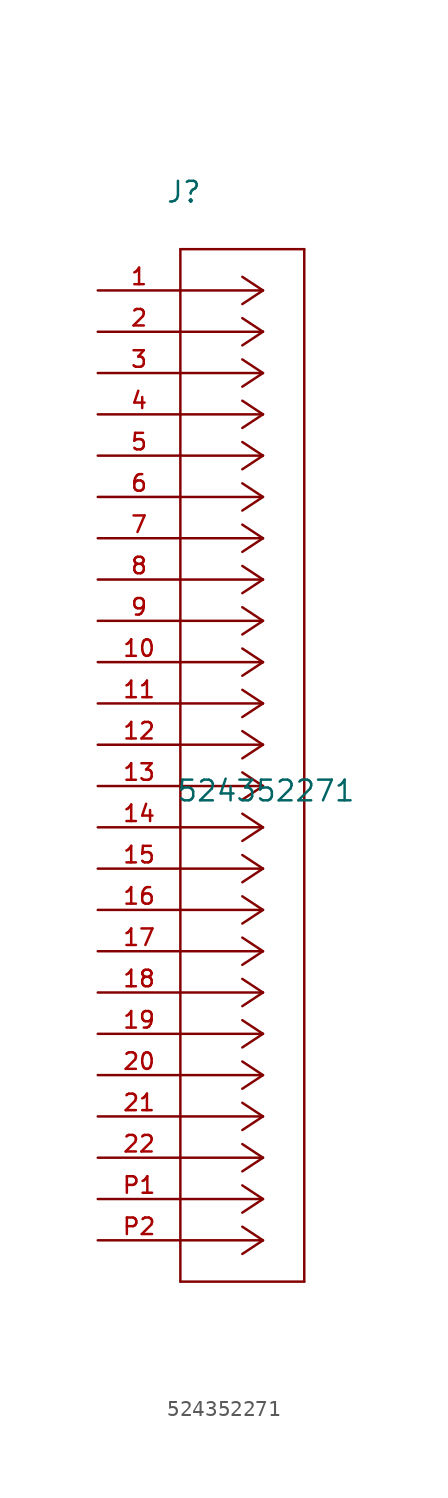
<source format=kicad_sym>
(kicad_symbol_lib
  (version 20211014)
  (generator kicad_symbol_editor)
  (symbol "524352271"
    (pin_names
      (offset 1.016))
    (property "Reference" "J"
      (at 4.166 5.309 0.0)
      (effects (font (size 1.27 1.27)) (justify bottom left)))
    (property "Value" "524352271"
      (at 4.801 -31.521 0.0)
      (effects (font (size 1.27 1.27)) (justify bottom left)))
    (symbol "524352271_0_0"
      (polyline (pts (xy 10.16 0.0) (xy 5.08 0.0)) (stroke (width 0.152)))
      (polyline (pts (xy 10.16 -2.54) (xy 5.08 -2.54)) (stroke (width 0.152)))
      (polyline (pts (xy 10.16 -5.08) (xy 5.08 -5.08)) (stroke (width 0.152)))
      (polyline (pts (xy 10.16 -7.62) (xy 5.08 -7.62)) (stroke (width 0.152)))
      (polyline (pts (xy 10.16 -10.16) (xy 5.08 -10.16)) (stroke (width 0.152)))
      (polyline (pts (xy 10.16 -12.7) (xy 5.08 -12.7)) (stroke (width 0.152)))
      (polyline (pts (xy 10.16 -15.24) (xy 5.08 -15.24)) (stroke (width 0.152)))
      (polyline (pts (xy 10.16 -17.78) (xy 5.08 -17.78)) (stroke (width 0.152)))
      (polyline (pts (xy 10.16 -20.32) (xy 5.08 -20.32)) (stroke (width 0.152)))
      (polyline (pts (xy 10.16 -22.86) (xy 5.08 -22.86)) (stroke (width 0.152)))
      (polyline (pts (xy 10.16 -25.4) (xy 5.08 -25.4)) (stroke (width 0.152)))
      (polyline (pts (xy 10.16 -27.94) (xy 5.08 -27.94)) (stroke (width 0.152)))
      (polyline (pts (xy 10.16 -30.48) (xy 5.08 -30.48)) (stroke (width 0.152)))
      (polyline (pts (xy 10.16 -33.02) (xy 5.08 -33.02)) (stroke (width 0.152)))
      (polyline (pts (xy 10.16 -35.56) (xy 5.08 -35.56)) (stroke (width 0.152)))
      (polyline (pts (xy 10.16 -38.1) (xy 5.08 -38.1)) (stroke (width 0.152)))
      (polyline (pts (xy 10.16 -40.64) (xy 5.08 -40.64)) (stroke (width 0.152)))
      (polyline (pts (xy 10.16 -43.18) (xy 5.08 -43.18)) (stroke (width 0.152)))
      (polyline (pts (xy 10.16 -45.72) (xy 5.08 -45.72)) (stroke (width 0.152)))
      (polyline (pts (xy 10.16 -48.26) (xy 5.08 -48.26)) (stroke (width 0.152)))
      (polyline (pts (xy 10.16 -50.8) (xy 5.08 -50.8)) (stroke (width 0.152)))
      (polyline (pts (xy 10.16 -53.34) (xy 5.08 -53.34)) (stroke (width 0.152)))
      (polyline (pts (xy 10.16 -55.88) (xy 5.08 -55.88)) (stroke (width 0.152)))
      (polyline (pts (xy 10.16 -58.42) (xy 5.08 -58.42)) (stroke (width 0.152)))
      (polyline (pts (xy 10.16 0.0) (xy 8.89 0.838)) (stroke (width 0.152)))
      (polyline (pts (xy 10.16 -2.54) (xy 8.89 -1.702)) (stroke (width 0.152)))
      (polyline (pts (xy 10.16 -5.08) (xy 8.89 -4.242)) (stroke (width 0.152)))
      (polyline (pts (xy 10.16 -7.62) (xy 8.89 -6.782)) (stroke (width 0.152)))
      (polyline (pts (xy 10.16 -10.16) (xy 8.89 -9.322)) (stroke (width 0.152)))
      (polyline (pts (xy 10.16 -12.7) (xy 8.89 -11.862)) (stroke (width 0.152)))
      (polyline (pts (xy 10.16 -15.24) (xy 8.89 -14.402)) (stroke (width 0.152)))
      (polyline (pts (xy 10.16 -17.78) (xy 8.89 -16.942)) (stroke (width 0.152)))
      (polyline (pts (xy 10.16 -20.32) (xy 8.89 -19.482)) (stroke (width 0.152)))
      (polyline (pts (xy 10.16 -22.86) (xy 8.89 -22.022)) (stroke (width 0.152)))
      (polyline (pts (xy 10.16 -25.4) (xy 8.89 -24.562)) (stroke (width 0.152)))
      (polyline (pts (xy 10.16 -27.94) (xy 8.89 -27.102)) (stroke (width 0.152)))
      (polyline (pts (xy 10.16 -30.48) (xy 8.89 -29.642)) (stroke (width 0.152)))
      (polyline (pts (xy 10.16 -33.02) (xy 8.89 -32.182)) (stroke (width 0.152)))
      (polyline (pts (xy 10.16 -35.56) (xy 8.89 -34.722)) (stroke (width 0.152)))
      (polyline (pts (xy 10.16 -38.1) (xy 8.89 -37.262)) (stroke (width 0.152)))
      (polyline (pts (xy 10.16 -40.64) (xy 8.89 -39.802)) (stroke (width 0.152)))
      (polyline (pts (xy 10.16 -43.18) (xy 8.89 -42.342)) (stroke (width 0.152)))
      (polyline (pts (xy 10.16 -45.72) (xy 8.89 -44.882)) (stroke (width 0.152)))
      (polyline (pts (xy 10.16 -48.26) (xy 8.89 -47.422)) (stroke (width 0.152)))
      (polyline (pts (xy 10.16 -50.8) (xy 8.89 -49.962)) (stroke (width 0.152)))
      (polyline (pts (xy 10.16 -53.34) (xy 8.89 -52.502)) (stroke (width 0.152)))
      (polyline (pts (xy 10.16 -55.88) (xy 8.89 -55.042)) (stroke (width 0.152)))
      (polyline (pts (xy 10.16 -58.42) (xy 8.89 -57.582)) (stroke (width 0.152)))
      (polyline (pts (xy 10.16 0.0) (xy 8.89 -0.838)) (stroke (width 0.152)))
      (polyline (pts (xy 10.16 -2.54) (xy 8.89 -3.378)) (stroke (width 0.152)))
      (polyline (pts (xy 10.16 -5.08) (xy 8.89 -5.918)) (stroke (width 0.152)))
      (polyline (pts (xy 10.16 -7.62) (xy 8.89 -8.458)) (stroke (width 0.152)))
      (polyline (pts (xy 10.16 -10.16) (xy 8.89 -10.998)) (stroke (width 0.152)))
      (polyline (pts (xy 10.16 -12.7) (xy 8.89 -13.538)) (stroke (width 0.152)))
      (polyline (pts (xy 10.16 -15.24) (xy 8.89 -16.078)) (stroke (width 0.152)))
      (polyline (pts (xy 10.16 -17.78) (xy 8.89 -18.618)) (stroke (width 0.152)))
      (polyline (pts (xy 10.16 -20.32) (xy 8.89 -21.158)) (stroke (width 0.152)))
      (polyline (pts (xy 10.16 -22.86) (xy 8.89 -23.698)) (stroke (width 0.152)))
      (polyline (pts (xy 10.16 -25.4) (xy 8.89 -26.238)) (stroke (width 0.152)))
      (polyline (pts (xy 10.16 -27.94) (xy 8.89 -28.778)) (stroke (width 0.152)))
      (polyline (pts (xy 10.16 -30.48) (xy 8.89 -31.318)) (stroke (width 0.152)))
      (polyline (pts (xy 10.16 -33.02) (xy 8.89 -33.858)) (stroke (width 0.152)))
      (polyline (pts (xy 10.16 -35.56) (xy 8.89 -36.398)) (stroke (width 0.152)))
      (polyline (pts (xy 10.16 -38.1) (xy 8.89 -38.938)) (stroke (width 0.152)))
      (polyline (pts (xy 10.16 -40.64) (xy 8.89 -41.478)) (stroke (width 0.152)))
      (polyline (pts (xy 10.16 -43.18) (xy 8.89 -44.018)) (stroke (width 0.152)))
      (polyline (pts (xy 10.16 -45.72) (xy 8.89 -46.558)) (stroke (width 0.152)))
      (polyline (pts (xy 10.16 -48.26) (xy 8.89 -49.098)) (stroke (width 0.152)))
      (polyline (pts (xy 10.16 -50.8) (xy 8.89 -51.638)) (stroke (width 0.152)))
      (polyline (pts (xy 10.16 -53.34) (xy 8.89 -54.178)) (stroke (width 0.152)))
      (polyline (pts (xy 10.16 -55.88) (xy 8.89 -56.718)) (stroke (width 0.152)))
      (polyline (pts (xy 10.16 -58.42) (xy 8.89 -59.258)) (stroke (width 0.152)))
      (polyline (pts (xy 5.08 2.54) (xy 5.08 -60.96)) (stroke (width 0.152)))
      (polyline (pts (xy 5.08 -60.96) (xy 12.7 -60.96)) (stroke (width 0.152)))
      (polyline (pts (xy 12.7 -60.96) (xy 12.7 2.54)) (stroke (width 0.152)))
      (polyline (pts (xy 12.7 2.54) (xy 5.08 2.54)) (stroke (width 0.152)))
      (pin passive line (at 0.0 0.0 0) (length 5.08) (name "~" (effects (font (size 1.016 1.016)))) (number "1" (effects (font (size 1.016 1.016)))))
      (pin passive line (at 0.0 -2.54 0) (length 5.08) (name "~" (effects (font (size 1.016 1.016)))) (number "2" (effects (font (size 1.016 1.016)))))
      (pin passive line (at 0.0 -5.08 0) (length 5.08) (name "~" (effects (font (size 1.016 1.016)))) (number "3" (effects (font (size 1.016 1.016)))))
      (pin passive line (at 0.0 -7.62 0) (length 5.08) (name "~" (effects (font (size 1.016 1.016)))) (number "4" (effects (font (size 1.016 1.016)))))
      (pin passive line (at 0.0 -10.16 0) (length 5.08) (name "~" (effects (font (size 1.016 1.016)))) (number "5" (effects (font (size 1.016 1.016)))))
      (pin passive line (at 0.0 -12.7 0) (length 5.08) (name "~" (effects (font (size 1.016 1.016)))) (number "6" (effects (font (size 1.016 1.016)))))
      (pin passive line (at 0.0 -15.24 0) (length 5.08) (name "~" (effects (font (size 1.016 1.016)))) (number "7" (effects (font (size 1.016 1.016)))))
      (pin passive line (at 0.0 -17.78 0) (length 5.08) (name "~" (effects (font (size 1.016 1.016)))) (number "8" (effects (font (size 1.016 1.016)))))
      (pin passive line (at 0.0 -20.32 0) (length 5.08) (name "~" (effects (font (size 1.016 1.016)))) (number "9" (effects (font (size 1.016 1.016)))))
      (pin passive line (at 0.0 -22.86 0) (length 5.08) (name "~" (effects (font (size 1.016 1.016)))) (number "10" (effects (font (size 1.016 1.016)))))
      (pin passive line (at 0.0 -25.4 0) (length 5.08) (name "~" (effects (font (size 1.016 1.016)))) (number "11" (effects (font (size 1.016 1.016)))))
      (pin passive line (at 0.0 -27.94 0) (length 5.08) (name "~" (effects (font (size 1.016 1.016)))) (number "12" (effects (font (size 1.016 1.016)))))
      (pin passive line (at 0.0 -30.48 0) (length 5.08) (name "~" (effects (font (size 1.016 1.016)))) (number "13" (effects (font (size 1.016 1.016)))))
      (pin passive line (at 0.0 -33.02 0) (length 5.08) (name "~" (effects (font (size 1.016 1.016)))) (number "14" (effects (font (size 1.016 1.016)))))
      (pin passive line (at 0.0 -35.56 0) (length 5.08) (name "~" (effects (font (size 1.016 1.016)))) (number "15" (effects (font (size 1.016 1.016)))))
      (pin passive line (at 0.0 -38.1 0) (length 5.08) (name "~" (effects (font (size 1.016 1.016)))) (number "16" (effects (font (size 1.016 1.016)))))
      (pin passive line (at 0.0 -40.64 0) (length 5.08) (name "~" (effects (font (size 1.016 1.016)))) (number "17" (effects (font (size 1.016 1.016)))))
      (pin passive line (at 0.0 -43.18 0) (length 5.08) (name "~" (effects (font (size 1.016 1.016)))) (number "18" (effects (font (size 1.016 1.016)))))
      (pin passive line (at 0.0 -45.72 0) (length 5.08) (name "~" (effects (font (size 1.016 1.016)))) (number "19" (effects (font (size 1.016 1.016)))))
      (pin passive line (at 0.0 -48.26 0) (length 5.08) (name "~" (effects (font (size 1.016 1.016)))) (number "20" (effects (font (size 1.016 1.016)))))
      (pin passive line (at 0.0 -50.8 0) (length 5.08) (name "~" (effects (font (size 1.016 1.016)))) (number "21" (effects (font (size 1.016 1.016)))))
      (pin passive line (at 0.0 -53.34 0) (length 5.08) (name "~" (effects (font (size 1.016 1.016)))) (number "22" (effects (font (size 1.016 1.016)))))
      (pin passive line (at 0.0 -55.88 0) (length 5.08) (name "~" (effects (font (size 1.016 1.016)))) (number "P1" (effects (font (size 1.016 1.016)))))
      (pin passive line (at 0.0 -58.42 0) (length 5.08) (name "~" (effects (font (size 1.016 1.016)))) (number "P2" (effects (font (size 1.016 1.016))))))))
</source>
